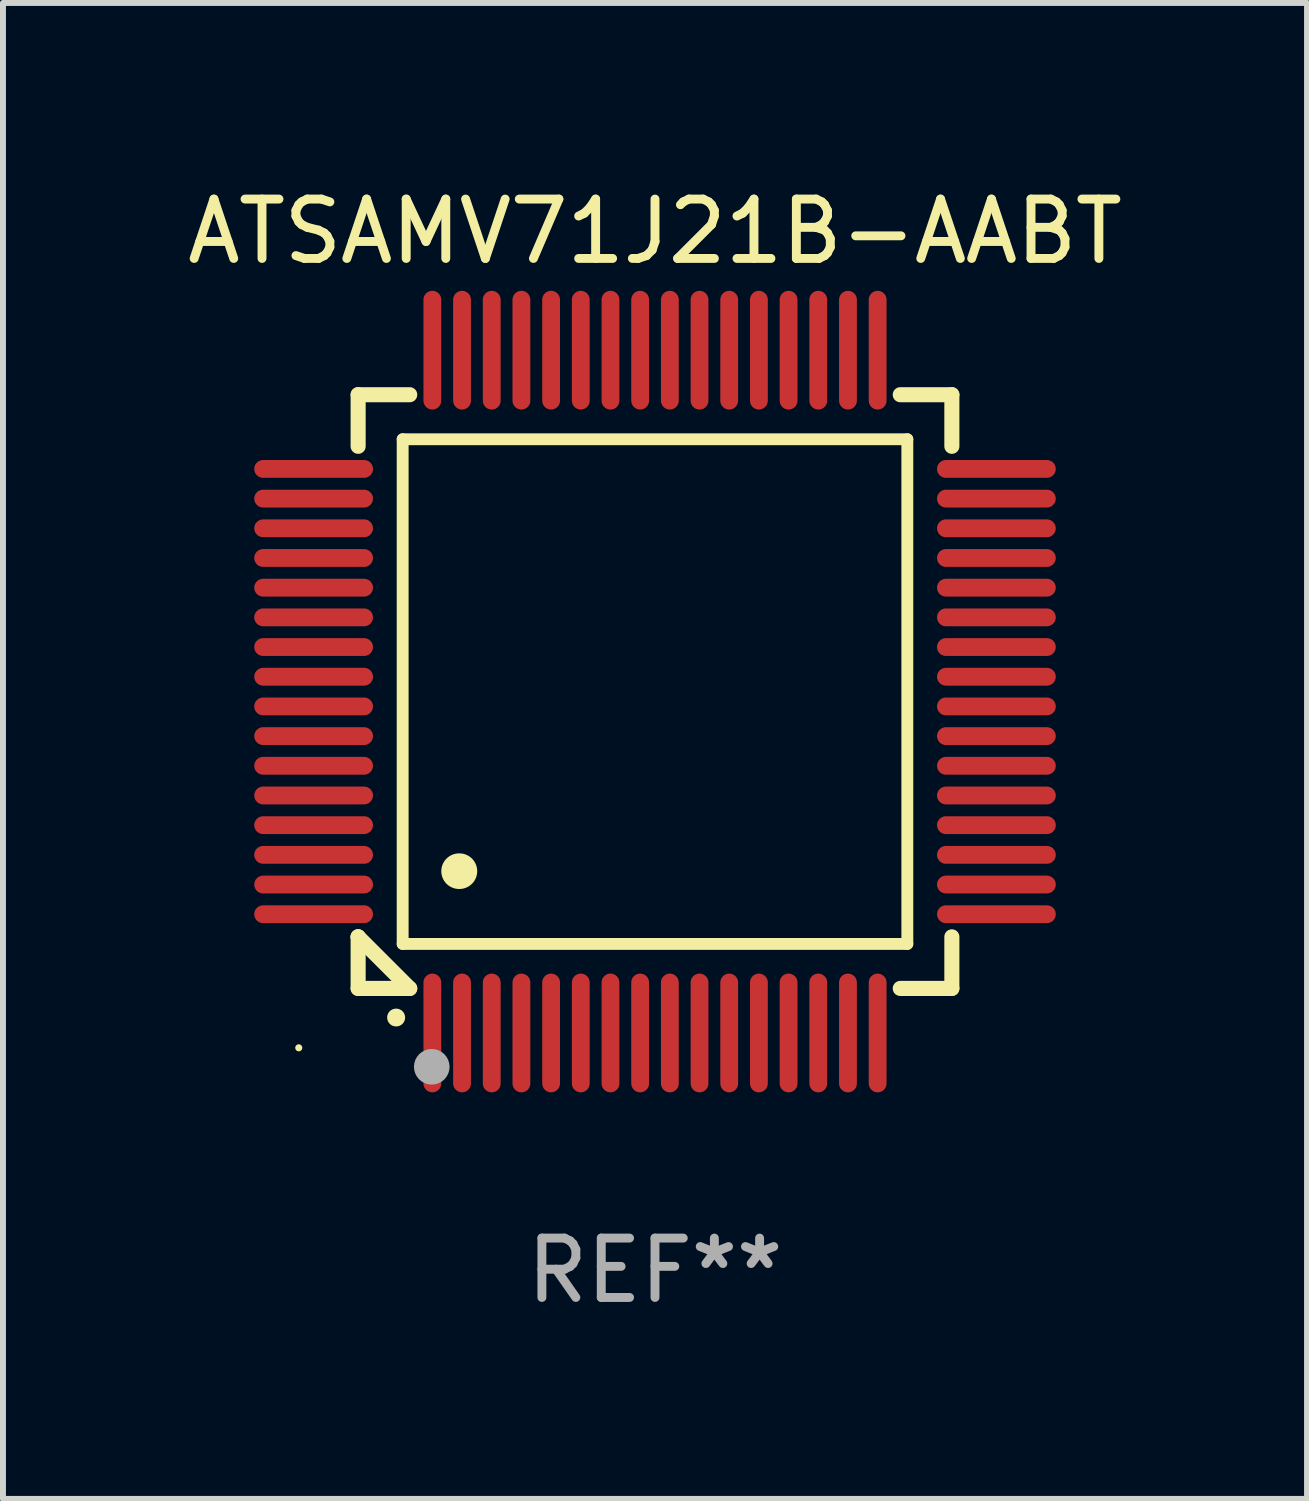
<source format=kicad_pcb>
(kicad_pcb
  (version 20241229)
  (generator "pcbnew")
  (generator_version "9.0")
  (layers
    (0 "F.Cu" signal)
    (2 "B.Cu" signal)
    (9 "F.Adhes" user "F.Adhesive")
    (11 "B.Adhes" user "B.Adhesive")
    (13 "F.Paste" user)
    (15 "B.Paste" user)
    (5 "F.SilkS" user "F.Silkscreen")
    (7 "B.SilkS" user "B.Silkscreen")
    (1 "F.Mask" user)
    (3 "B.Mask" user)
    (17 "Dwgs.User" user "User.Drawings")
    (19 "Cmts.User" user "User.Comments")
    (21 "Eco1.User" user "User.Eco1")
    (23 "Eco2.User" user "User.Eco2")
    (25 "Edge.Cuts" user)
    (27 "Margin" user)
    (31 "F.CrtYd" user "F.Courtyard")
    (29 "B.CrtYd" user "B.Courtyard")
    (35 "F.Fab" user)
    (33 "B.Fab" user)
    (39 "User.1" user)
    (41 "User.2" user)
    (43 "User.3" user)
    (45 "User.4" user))
  (footprint "ATSAMV71J21B-AABT"
    (layer "F.Cu")
    (at 7.982 8.598)
    (property "Reference" "ATSAMV71J21B-AABT" (at 0 -7.75 0) (layer "F.SilkS") (effects (font (size 1 1) (thickness 0.15))))
    (attr through_hole)
    (fp_line (start -5 -5) (end -4.131 -5) (stroke (width 0.254) (type solid)) (layer "F.SilkS"))
    (fp_line (start -5 -4.131) (end -5 -5) (stroke (width 0.254) (type solid)) (layer "F.SilkS"))
    (fp_line (start -5 4.131) (end -5 4.131) (stroke (width 0.254) (type solid)) (layer "F.SilkS"))
    (fp_line (start -5 5) (end -5 4.131) (stroke (width 0.254) (type solid)) (layer "F.SilkS"))
    (fp_line (start -5 4.131) (end -4.131 5) (stroke (width 0.254) (type solid)) (layer "F.SilkS"))
    (fp_line (start -4.25 -4.25) (end -4.25 4.25) (stroke (width 0.2) (type solid)) (layer "F.SilkS"))
    (fp_line (start -4.25 4.25) (end 4.25 4.25) (stroke (width 0.2) (type solid)) (layer "F.SilkS"))
    (fp_line (start -4.131 5) (end -5 5) (stroke (width 0.254) (type solid)) (layer "F.SilkS"))
    (fp_line (start 4.25 -4.25) (end -4.25 -4.25) (stroke (width 0.2) (type solid)) (layer "F.SilkS"))
    (fp_line (start 4.25 4.25) (end 4.25 -4.25) (stroke (width 0.2) (type solid)) (layer "F.SilkS"))
    (fp_line (start 5 -5) (end 4.131 -5) (stroke (width 0.254) (type solid)) (layer "F.SilkS"))
    (fp_line (start 5 -5) (end 5 -4.131) (stroke (width 0.254) (type solid)) (layer "F.SilkS"))
    (fp_line (start 5 4.131) (end 5 5) (stroke (width 0.254) (type solid)) (layer "F.SilkS"))
    (fp_line (start 5 5) (end 4.131 5) (stroke (width 0.254) (type solid)) (layer "F.SilkS"))
    (fp_arc (start -4.361265 5.489992) (mid -4.359995 5.489987) (end -4.358725 5.489992) (stroke (width 0.3) (type solid)) (layer "F.SilkS"))
    (fp_arc (start -3.299467 3.025146) (mid -3.296927 3.025135) (end -3.294387 3.025146) (stroke (width 0.6) (type solid)) (layer "F.SilkS"))
    (fp_circle (center -6 6) (end -5.97 6) (stroke (width 0.06) (type solid)) (fill no) (layer "F.SilkS"))
    (fp_circle (center -3.76 6.32) (end -3.61 6.32) (stroke (width 0.3) (type solid)) (fill no) (layer "F.Fab"))
    (fp_text user "REF**" (at 0 9.75 0) (layer "F.Fab") (effects (font (size 1 1) (thickness 0.15))))
    (pad "1" smd oval (at -3.75 5.75) (size 0.3 2) (layers "F.Cu" "F.Mask" "F.Paste"))
    (pad "2" smd oval (at -3.25 5.75) (size 0.3 2) (layers "F.Cu" "F.Mask" "F.Paste"))
    (pad "3" smd oval (at -2.75 5.75) (size 0.3 2) (layers "F.Cu" "F.Mask" "F.Paste"))
    (pad "4" smd oval (at -2.25 5.75) (size 0.3 2) (layers "F.Cu" "F.Mask" "F.Paste"))
    (pad "5" smd oval (at -1.75 5.75) (size 0.3 2) (layers "F.Cu" "F.Mask" "F.Paste"))
    (pad "6" smd oval (at -1.25 5.75) (size 0.3 2) (layers "F.Cu" "F.Mask" "F.Paste"))
    (pad "7" smd oval (at -0.75 5.75) (size 0.3 2) (layers "F.Cu" "F.Mask" "F.Paste"))
    (pad "8" smd oval (at -0.25 5.75) (size 0.3 2) (layers "F.Cu" "F.Mask" "F.Paste"))
    (pad "9" smd oval (at 0.25 5.75) (size 0.3 2) (layers "F.Cu" "F.Mask" "F.Paste"))
    (pad "10" smd oval (at 0.75 5.75) (size 0.3 2) (layers "F.Cu" "F.Mask" "F.Paste"))
    (pad "11" smd oval (at 1.25 5.75) (size 0.3 2) (layers "F.Cu" "F.Mask" "F.Paste"))
    (pad "12" smd oval (at 1.75 5.75) (size 0.3 2) (layers "F.Cu" "F.Mask" "F.Paste"))
    (pad "13" smd oval (at 2.25 5.75) (size 0.3 2) (layers "F.Cu" "F.Mask" "F.Paste"))
    (pad "14" smd oval (at 2.75 5.75) (size 0.3 2) (layers "F.Cu" "F.Mask" "F.Paste"))
    (pad "15" smd oval (at 3.25 5.75) (size 0.3 2) (layers "F.Cu" "F.Mask" "F.Paste"))
    (pad "16" smd oval (at 3.75 5.75) (size 0.3 2) (layers "F.Cu" "F.Mask" "F.Paste"))
    (pad "17" smd oval (at 5.75 3.75) (size 2 0.3) (layers "F.Cu" "F.Mask" "F.Paste"))
    (pad "18" smd oval (at 5.75 3.25) (size 2 0.3) (layers "F.Cu" "F.Mask" "F.Paste"))
    (pad "19" smd oval (at 5.75 2.75) (size 2 0.3) (layers "F.Cu" "F.Mask" "F.Paste"))
    (pad "20" smd oval (at 5.75 2.25) (size 2 0.3) (layers "F.Cu" "F.Mask" "F.Paste"))
    (pad "21" smd oval (at 5.75 1.75) (size 2 0.3) (layers "F.Cu" "F.Mask" "F.Paste"))
    (pad "22" smd oval (at 5.75 1.25) (size 2 0.3) (layers "F.Cu" "F.Mask" "F.Paste"))
    (pad "23" smd oval (at 5.75 0.75) (size 2 0.3) (layers "F.Cu" "F.Mask" "F.Paste"))
    (pad "24" smd oval (at 5.75 0.25) (size 2 0.3) (layers "F.Cu" "F.Mask" "F.Paste"))
    (pad "25" smd oval (at 5.75 -0.25) (size 2 0.3) (layers "F.Cu" "F.Mask" "F.Paste"))
    (pad "26" smd oval (at 5.75 -0.75) (size 2 0.3) (layers "F.Cu" "F.Mask" "F.Paste"))
    (pad "27" smd oval (at 5.75 -1.25) (size 2 0.3) (layers "F.Cu" "F.Mask" "F.Paste"))
    (pad "28" smd oval (at 5.75 -1.75) (size 2 0.3) (layers "F.Cu" "F.Mask" "F.Paste"))
    (pad "29" smd oval (at 5.75 -2.25) (size 2 0.3) (layers "F.Cu" "F.Mask" "F.Paste"))
    (pad "30" smd oval (at 5.75 -2.75) (size 2 0.3) (layers "F.Cu" "F.Mask" "F.Paste"))
    (pad "31" smd oval (at 5.75 -3.25) (size 2 0.3) (layers "F.Cu" "F.Mask" "F.Paste"))
    (pad "32" smd oval (at 5.75 -3.75) (size 2 0.3) (layers "F.Cu" "F.Mask" "F.Paste"))
    (pad "33" smd oval (at 3.75 -5.75) (size 0.3 2) (layers "F.Cu" "F.Mask" "F.Paste"))
    (pad "34" smd oval (at 3.25 -5.75) (size 0.3 2) (layers "F.Cu" "F.Mask" "F.Paste"))
    (pad "35" smd oval (at 2.75 -5.75) (size 0.3 2) (layers "F.Cu" "F.Mask" "F.Paste"))
    (pad "36" smd oval (at 2.25 -5.75) (size 0.3 2) (layers "F.Cu" "F.Mask" "F.Paste"))
    (pad "37" smd oval (at 1.75 -5.75) (size 0.3 2) (layers "F.Cu" "F.Mask" "F.Paste"))
    (pad "38" smd oval (at 1.25 -5.75) (size 0.3 2) (layers "F.Cu" "F.Mask" "F.Paste"))
    (pad "39" smd oval (at 0.75 -5.75) (size 0.3 2) (layers "F.Cu" "F.Mask" "F.Paste"))
    (pad "40" smd oval (at 0.25 -5.75) (size 0.3 2) (layers "F.Cu" "F.Mask" "F.Paste"))
    (pad "41" smd oval (at -0.25 -5.75) (size 0.3 2) (layers "F.Cu" "F.Mask" "F.Paste"))
    (pad "42" smd oval (at -0.75 -5.75) (size 0.3 2) (layers "F.Cu" "F.Mask" "F.Paste"))
    (pad "43" smd oval (at -1.25 -5.75) (size 0.3 2) (layers "F.Cu" "F.Mask" "F.Paste"))
    (pad "44" smd oval (at -1.75 -5.75) (size 0.3 2) (layers "F.Cu" "F.Mask" "F.Paste"))
    (pad "45" smd oval (at -2.25 -5.75) (size 0.3 2) (layers "F.Cu" "F.Mask" "F.Paste"))
    (pad "46" smd oval (at -2.75 -5.75) (size 0.3 2) (layers "F.Cu" "F.Mask" "F.Paste"))
    (pad "47" smd oval (at -3.25 -5.75) (size 0.3 2) (layers "F.Cu" "F.Mask" "F.Paste"))
    (pad "48" smd oval (at -3.75 -5.75) (size 0.3 2) (layers "F.Cu" "F.Mask" "F.Paste"))
    (pad "49" smd oval (at -5.75 -3.75) (size 2 0.3) (layers "F.Cu" "F.Mask" "F.Paste"))
    (pad "50" smd oval (at -5.75 -3.25) (size 2 0.3) (layers "F.Cu" "F.Mask" "F.Paste"))
    (pad "51" smd oval (at -5.75 -2.75) (size 2 0.3) (layers "F.Cu" "F.Mask" "F.Paste"))
    (pad "52" smd oval (at -5.75 -2.25) (size 2 0.3) (layers "F.Cu" "F.Mask" "F.Paste"))
    (pad "53" smd oval (at -5.75 -1.75) (size 2 0.3) (layers "F.Cu" "F.Mask" "F.Paste"))
    (pad "54" smd oval (at -5.75 -1.25) (size 2 0.3) (layers "F.Cu" "F.Mask" "F.Paste"))
    (pad "55" smd oval (at -5.75 -0.75) (size 2 0.3) (layers "F.Cu" "F.Mask" "F.Paste"))
    (pad "56" smd oval (at -5.75 -0.25) (size 2 0.3) (layers "F.Cu" "F.Mask" "F.Paste"))
    (pad "57" smd oval (at -5.75 0.25) (size 2 0.3) (layers "F.Cu" "F.Mask" "F.Paste"))
    (pad "58" smd oval (at -5.75 0.75) (size 2 0.3) (layers "F.Cu" "F.Mask" "F.Paste"))
    (pad "59" smd oval (at -5.75 1.25) (size 2 0.3) (layers "F.Cu" "F.Mask" "F.Paste"))
    (pad "60" smd oval (at -5.75 1.75) (size 2 0.3) (layers "F.Cu" "F.Mask" "F.Paste"))
    (pad "61" smd oval (at -5.75 2.25) (size 2 0.3) (layers "F.Cu" "F.Mask" "F.Paste"))
    (pad "62" smd oval (at -5.75 2.75) (size 2 0.3) (layers "F.Cu" "F.Mask" "F.Paste"))
    (pad "63" smd oval (at -5.75 3.25) (size 2 0.3) (layers "F.Cu" "F.Mask" "F.Paste"))
    (pad "64" smd oval (at -5.75 3.75) (size 2 0.3) (layers "F.Cu" "F.Mask" "F.Paste")))
  (gr_rect
    (start -3 -3)
    (end 18.964 22.196)
    (stroke (width 0.1) (type default))
    (fill no)
    (layer "Edge.Cuts")))
</source>
